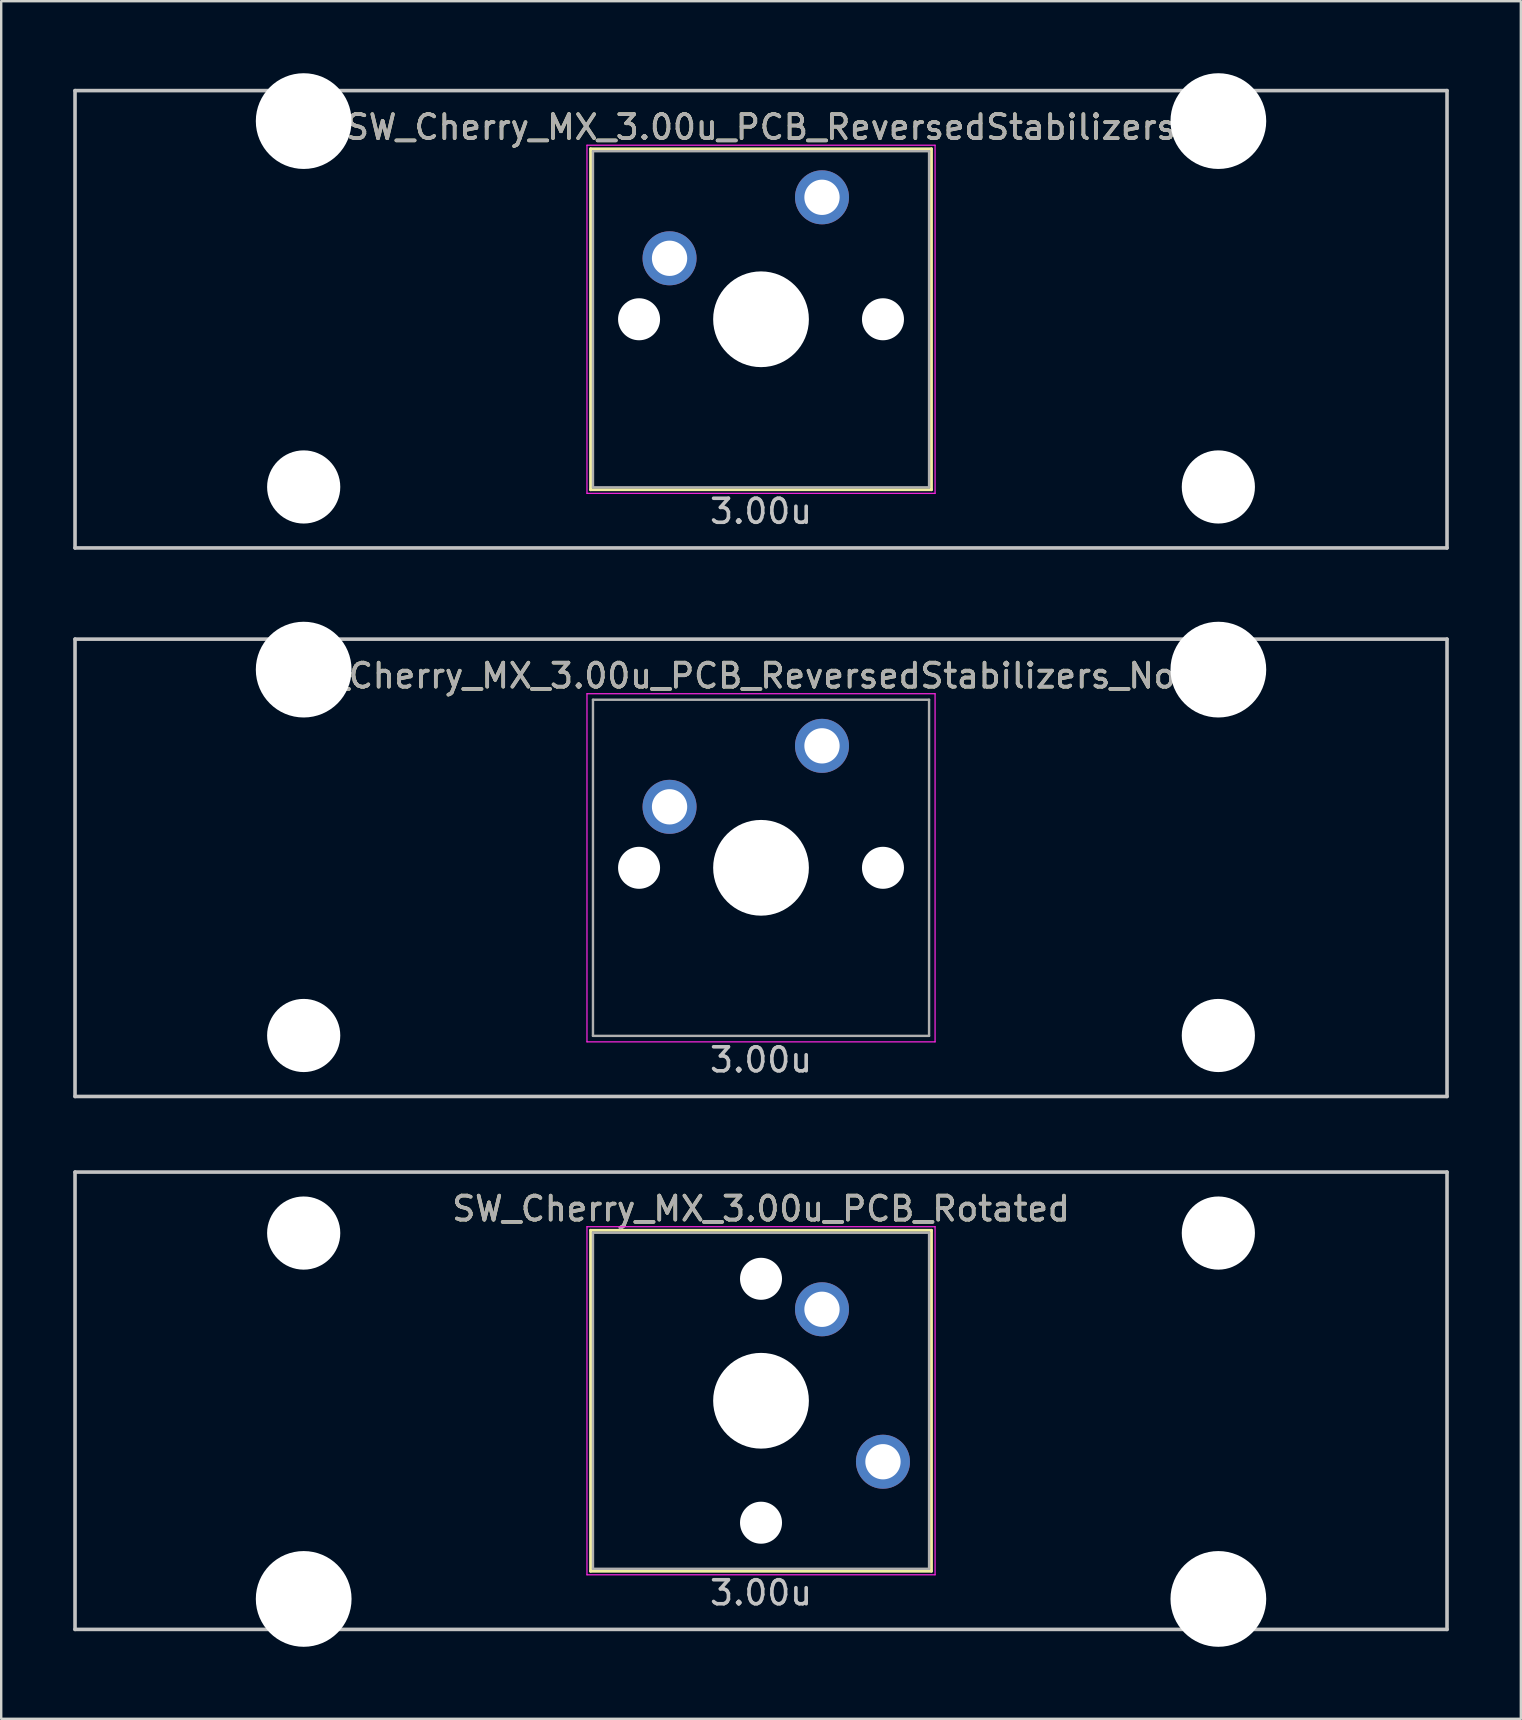
<source format=kicad_pcb>
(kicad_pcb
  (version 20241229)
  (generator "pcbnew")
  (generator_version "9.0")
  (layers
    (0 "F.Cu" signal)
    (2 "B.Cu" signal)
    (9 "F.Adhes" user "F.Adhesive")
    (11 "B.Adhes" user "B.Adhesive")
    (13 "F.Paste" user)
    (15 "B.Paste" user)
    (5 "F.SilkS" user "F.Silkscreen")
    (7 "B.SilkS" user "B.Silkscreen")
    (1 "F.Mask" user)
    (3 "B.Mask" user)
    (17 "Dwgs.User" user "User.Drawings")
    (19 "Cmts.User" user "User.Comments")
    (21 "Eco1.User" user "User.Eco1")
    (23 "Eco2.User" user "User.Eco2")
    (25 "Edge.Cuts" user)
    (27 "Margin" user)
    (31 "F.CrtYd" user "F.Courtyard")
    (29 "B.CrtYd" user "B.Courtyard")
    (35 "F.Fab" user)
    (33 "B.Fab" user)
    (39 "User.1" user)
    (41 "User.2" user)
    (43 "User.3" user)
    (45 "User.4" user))
  (footprint "SW_Cherry_MX_3.00u_PCB_ReversedStabilizers_NoSilk"
    (layer "F.Cu")
    (at 28.65 33.098)
    (property "Reference" "SW_Cherry_MX_3.00u_PCB_ReversedStabilizers_NoSilk" (at 0 -8 0) (layer "F.SilkS") (effects (font (size 1 1) (thickness 0.15))))
    (attr through_hole)
    (fp_line (start -28.575 -9.525) (end 28.575 -9.525) (stroke (width 0.15) (type solid)) (layer "Dwgs.User"))
    (fp_line (start -28.575 9.525) (end -28.575 -9.525) (stroke (width 0.15) (type solid)) (layer "Dwgs.User"))
    (fp_line (start -28.575 9.525) (end 28.575 9.525) (stroke (width 0.15) (type solid)) (layer "Dwgs.User"))
    (fp_line (start 28.575 -9.525) (end 28.575 9.525) (stroke (width 0.15) (type solid)) (layer "Dwgs.User"))
    (fp_line (start -7.25 -7.25) (end 7.25 -7.25) (stroke (width 0.05) (type solid)) (layer "F.CrtYd"))
    (fp_line (start -7.25 7.25) (end -7.25 -7.25) (stroke (width 0.05) (type solid)) (layer "F.CrtYd"))
    (fp_line (start 7.25 -7.25) (end 7.25 7.25) (stroke (width 0.05) (type solid)) (layer "F.CrtYd"))
    (fp_line (start 7.25 7.25) (end -7.25 7.25) (stroke (width 0.05) (type solid)) (layer "F.CrtYd"))
    (fp_line (start -7 -7) (end 7 -7) (stroke (width 0.1) (type solid)) (layer "F.Fab"))
    (fp_line (start -7 7) (end -7 -7) (stroke (width 0.1) (type solid)) (layer "F.Fab"))
    (fp_line (start 7 -7) (end 7 7) (stroke (width 0.1) (type solid)) (layer "F.Fab"))
    (fp_line (start 7 7) (end -7 7) (stroke (width 0.1) (type solid)) (layer "F.Fab"))
    (fp_text user "3.00u" (at 0 8 0) (layer "Dwgs.User") (effects (font (size 1 1) (thickness 0.15))))
    (fp_text user "${REFERENCE}" (at 0 -8 0) (layer "F.Fab") (effects (font (size 1 1) (thickness 0.15))))
    (pad "" np_thru_hole circle (at -19.05 -8.255) (size 3.988 3.988) (drill 3.988) (layers "*.Cu" "*.Mask"))
    (pad "" np_thru_hole circle (at -19.05 6.985) (size 3.048 3.048) (drill 3.048) (layers "*.Cu" "*.Mask"))
    (pad "" np_thru_hole circle (at -5.08 0 48.1) (size 1.75 1.75) (drill 1.75) (layers "*.Cu" "*.Mask"))
    (pad "" np_thru_hole circle (at 0 0) (size 3.988 3.988) (drill 3.988) (layers "*.Cu" "*.Mask"))
    (pad "" np_thru_hole circle (at 5.08 0 48.1) (size 1.75 1.75) (drill 1.75) (layers "*.Cu" "*.Mask"))
    (pad "" np_thru_hole circle (at 19.05 -8.255) (size 3.988 3.988) (drill 3.988) (layers "*.Cu" "*.Mask"))
    (pad "" np_thru_hole circle (at 19.05 6.985) (size 3.048 3.048) (drill 3.048) (layers "*.Cu" "*.Mask"))
    (pad "1" thru_hole circle (at -3.81 -2.54 48.1) (size 2.25 2.25) (drill 1.47) (layers "*.Cu" "B.Mask"))
    (pad "2" thru_hole circle (at 2.54 -5.08) (size 2.25 2.25) (drill 1.47) (layers "*.Cu" "B.Mask")))
  (footprint "SW_Cherry_MX_3.00u_PCB_Rotated"
    (layer "F.Cu")
    (at 28.65 55.298)
    (property "Reference" "SW_Cherry_MX_3.00u_PCB_Rotated" (at 0 -8 0) (layer "F.SilkS") (effects (font (size 1 1) (thickness 0.15))))
    (attr through_hole)
    (fp_line (start -7.1 -7.1) (end 7.1 -7.1) (stroke (width 0.12) (type solid)) (layer "F.SilkS"))
    (fp_line (start -7.1 7.1) (end -7.1 -7.1) (stroke (width 0.12) (type solid)) (layer "F.SilkS"))
    (fp_line (start 7.1 -7.1) (end 7.1 7.1) (stroke (width 0.12) (type solid)) (layer "F.SilkS"))
    (fp_line (start 7.1 7.1) (end -7.1 7.1) (stroke (width 0.12) (type solid)) (layer "F.SilkS"))
    (fp_line (start -28.575 -9.525) (end 28.575 -9.525) (stroke (width 0.15) (type solid)) (layer "Dwgs.User"))
    (fp_line (start -28.575 9.525) (end -28.575 -9.525) (stroke (width 0.15) (type solid)) (layer "Dwgs.User"))
    (fp_line (start -28.575 9.525) (end 28.575 9.525) (stroke (width 0.15) (type solid)) (layer "Dwgs.User"))
    (fp_line (start 28.575 -9.525) (end 28.575 9.525) (stroke (width 0.15) (type solid)) (layer "Dwgs.User"))
    (fp_line (start -7.25 -7.25) (end 7.25 -7.25) (stroke (width 0.05) (type solid)) (layer "F.CrtYd"))
    (fp_line (start -7.25 7.25) (end -7.25 -7.25) (stroke (width 0.05) (type solid)) (layer "F.CrtYd"))
    (fp_line (start 7.25 -7.25) (end 7.25 7.25) (stroke (width 0.05) (type solid)) (layer "F.CrtYd"))
    (fp_line (start 7.25 7.25) (end -7.25 7.25) (stroke (width 0.05) (type solid)) (layer "F.CrtYd"))
    (fp_line (start -7 -7) (end 7 -7) (stroke (width 0.1) (type solid)) (layer "F.Fab"))
    (fp_line (start -7 7) (end -7 -7) (stroke (width 0.1) (type solid)) (layer "F.Fab"))
    (fp_line (start 7 -7) (end 7 7) (stroke (width 0.1) (type solid)) (layer "F.Fab"))
    (fp_line (start 7 7) (end -7 7) (stroke (width 0.1) (type solid)) (layer "F.Fab"))
    (fp_text user "3.00u" (at 0 8 0) (layer "Dwgs.User") (effects (font (size 1 1) (thickness 0.15))))
    (fp_text user "${REFERENCE}" (at 0 -8 0) (layer "F.Fab") (effects (font (size 1 1) (thickness 0.15))))
    (pad "" np_thru_hole circle (at -19.05 -6.985) (size 3.048 3.048) (drill 3.048) (layers "*.Cu" "*.Mask"))
    (pad "" np_thru_hole circle (at -19.05 8.255) (size 3.988 3.988) (drill 3.988) (layers "*.Cu" "*.Mask"))
    (pad "" np_thru_hole circle (at 0 -5.08 318.1) (size 1.75 1.75) (drill 1.75) (layers "*.Cu" "*.Mask"))
    (pad "" np_thru_hole circle (at 0 0 270) (size 3.988 3.988) (drill 3.988) (layers "*.Cu" "*.Mask"))
    (pad "" np_thru_hole circle (at 0 5.08 318.1) (size 1.75 1.75) (drill 1.75) (layers "*.Cu" "*.Mask"))
    (pad "" np_thru_hole circle (at 19.05 -6.985) (size 3.048 3.048) (drill 3.048) (layers "*.Cu" "*.Mask"))
    (pad "" np_thru_hole circle (at 19.05 8.255) (size 3.988 3.988) (drill 3.988) (layers "*.Cu" "*.Mask"))
    (pad "1" thru_hole circle (at 2.54 -3.81 318.1) (size 2.25 2.25) (drill 1.47) (layers "*.Cu" "B.Mask"))
    (pad "2" thru_hole circle (at 5.08 2.54 270) (size 2.25 2.25) (drill 1.47) (layers "*.Cu" "B.Mask")))
  (footprint "SW_Cherry_MX_3.00u_PCB_ReversedStabilizers"
    (layer "F.Cu")
    (at 28.65 10.249)
    (property "Reference" "SW_Cherry_MX_3.00u_PCB_ReversedStabilizers" (at 0 -8 0) (layer "F.SilkS") (effects (font (size 1 1) (thickness 0.15))))
    (attr through_hole)
    (fp_line (start -7.1 -7.1) (end 7.1 -7.1) (stroke (width 0.12) (type solid)) (layer "F.SilkS"))
    (fp_line (start -7.1 7.1) (end -7.1 -7.1) (stroke (width 0.12) (type solid)) (layer "F.SilkS"))
    (fp_line (start 7.1 -7.1) (end 7.1 7.1) (stroke (width 0.12) (type solid)) (layer "F.SilkS"))
    (fp_line (start 7.1 7.1) (end -7.1 7.1) (stroke (width 0.12) (type solid)) (layer "F.SilkS"))
    (fp_line (start -28.575 -9.525) (end 28.575 -9.525) (stroke (width 0.15) (type solid)) (layer "Dwgs.User"))
    (fp_line (start -28.575 9.525) (end -28.575 -9.525) (stroke (width 0.15) (type solid)) (layer "Dwgs.User"))
    (fp_line (start -28.575 9.525) (end 28.575 9.525) (stroke (width 0.15) (type solid)) (layer "Dwgs.User"))
    (fp_line (start 28.575 -9.525) (end 28.575 9.525) (stroke (width 0.15) (type solid)) (layer "Dwgs.User"))
    (fp_line (start -7.25 -7.25) (end 7.25 -7.25) (stroke (width 0.05) (type solid)) (layer "F.CrtYd"))
    (fp_line (start -7.25 7.25) (end -7.25 -7.25) (stroke (width 0.05) (type solid)) (layer "F.CrtYd"))
    (fp_line (start 7.25 -7.25) (end 7.25 7.25) (stroke (width 0.05) (type solid)) (layer "F.CrtYd"))
    (fp_line (start 7.25 7.25) (end -7.25 7.25) (stroke (width 0.05) (type solid)) (layer "F.CrtYd"))
    (fp_line (start -7 -7) (end 7 -7) (stroke (width 0.1) (type solid)) (layer "F.Fab"))
    (fp_line (start -7 7) (end -7 -7) (stroke (width 0.1) (type solid)) (layer "F.Fab"))
    (fp_line (start 7 -7) (end 7 7) (stroke (width 0.1) (type solid)) (layer "F.Fab"))
    (fp_line (start 7 7) (end -7 7) (stroke (width 0.1) (type solid)) (layer "F.Fab"))
    (fp_text user "3.00u" (at 0 8 0) (layer "Dwgs.User") (effects (font (size 1 1) (thickness 0.15))))
    (fp_text user "${REFERENCE}" (at 0 -8 0) (layer "F.Fab") (effects (font (size 1 1) (thickness 0.15))))
    (pad "" np_thru_hole circle (at -19.05 -8.255) (size 3.988 3.988) (drill 3.988) (layers "*.Cu" "*.Mask"))
    (pad "" np_thru_hole circle (at -19.05 6.985) (size 3.048 3.048) (drill 3.048) (layers "*.Cu" "*.Mask"))
    (pad "" np_thru_hole circle (at -5.08 0 48.1) (size 1.75 1.75) (drill 1.75) (layers "*.Cu" "*.Mask"))
    (pad "" np_thru_hole circle (at 0 0) (size 3.988 3.988) (drill 3.988) (layers "*.Cu" "*.Mask"))
    (pad "" np_thru_hole circle (at 5.08 0 48.1) (size 1.75 1.75) (drill 1.75) (layers "*.Cu" "*.Mask"))
    (pad "" np_thru_hole circle (at 19.05 -8.255) (size 3.988 3.988) (drill 3.988) (layers "*.Cu" "*.Mask"))
    (pad "" np_thru_hole circle (at 19.05 6.985) (size 3.048 3.048) (drill 3.048) (layers "*.Cu" "*.Mask"))
    (pad "1" thru_hole circle (at -3.81 -2.54 48.1) (size 2.25 2.25) (drill 1.47) (layers "*.Cu" "B.Mask"))
    (pad "2" thru_hole circle (at 2.54 -5.08) (size 2.25 2.25) (drill 1.47) (layers "*.Cu" "B.Mask")))
  (gr_rect
    (start -3 -3)
    (end 60.3 68.547)
    (stroke (width 0.1) (type default))
    (fill no)
    (layer "Edge.Cuts")))
</source>
